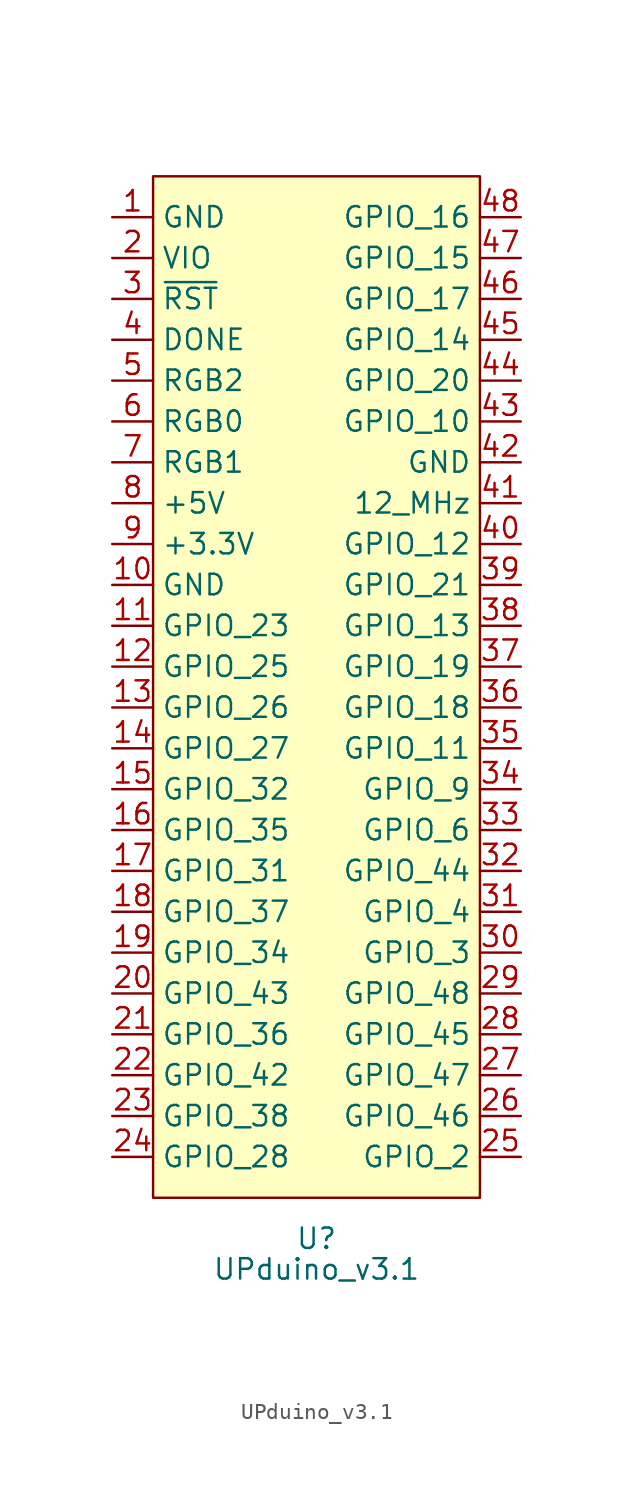
<source format=kicad_sym>
(kicad_symbol_lib
  (version 20211014)
  (generator kicad_symbol_editor)
  (symbol "UPduino_v3.1"
    (property "Reference" "U"
      (at 0 0 0)
      (effects (font (size 1.27 1.27))))
    (property "Value" "UPduino_v3.1"
      (at 0 -1.905 0)
      (effects (font (size 1.27 1.27))))
    (symbol "UPduino_v3.1_0_1"
      (rectangle (start -10.16 66.04) (end 10.16 2.54) (stroke (width 0.152) (type default) (color 0 0 0 0)) (fill (type background))))
    (symbol "UPduino_v3.1_1_1"
      (pin power_in line (at -12.7 63.5 0) (length 2.54) (name "GND" (effects (font (size 1.27 1.27)))) (number "1" (effects (font (size 1.27 1.27)))))
      (pin input line (at -12.7 40.64 0) (length 2.54) (name "GND" (effects (font (size 1.27 1.27)))) (number "10" (effects (font (size 1.27 1.27)))))
      (pin input line (at -12.7 38.1 0) (length 2.54) (name "GPIO_23" (effects (font (size 1.27 1.27)))) (number "11" (effects (font (size 1.27 1.27)))))
      (pin input line (at -12.7 35.56 0) (length 2.54) (name "GPIO_25" (effects (font (size 1.27 1.27)))) (number "12" (effects (font (size 1.27 1.27)))))
      (pin input line (at -12.7 33.02 0) (length 2.54) (name "GPIO_26" (effects (font (size 1.27 1.27)))) (number "13" (effects (font (size 1.27 1.27)))))
      (pin input line (at -12.7 30.48 0) (length 2.54) (name "GPIO_27" (effects (font (size 1.27 1.27)))) (number "14" (effects (font (size 1.27 1.27)))))
      (pin input line (at -12.7 27.94 0) (length 2.54) (name "GPIO_32" (effects (font (size 1.27 1.27)))) (number "15" (effects (font (size 1.27 1.27)))))
      (pin input line (at -12.7 25.4 0) (length 2.54) (name "GPIO_35" (effects (font (size 1.27 1.27)))) (number "16" (effects (font (size 1.27 1.27)))))
      (pin input line (at -12.7 22.86 0) (length 2.54) (name "GPIO_31" (effects (font (size 1.27 1.27)))) (number "17" (effects (font (size 1.27 1.27)))))
      (pin input line (at -12.7 20.32 0) (length 2.54) (name "GPIO_37" (effects (font (size 1.27 1.27)))) (number "18" (effects (font (size 1.27 1.27)))))
      (pin input line (at -12.7 17.78 0) (length 2.54) (name "GPIO_34" (effects (font (size 1.27 1.27)))) (number "19" (effects (font (size 1.27 1.27)))))
      (pin input line (at -12.7 60.96 0) (length 2.54) (name "VIO" (effects (font (size 1.27 1.27)))) (number "2" (effects (font (size 1.27 1.27)))))
      (pin input line (at -12.7 15.24 0) (length 2.54) (name "GPIO_43" (effects (font (size 1.27 1.27)))) (number "20" (effects (font (size 1.27 1.27)))))
      (pin input line (at -12.7 12.7 0) (length 2.54) (name "GPIO_36" (effects (font (size 1.27 1.27)))) (number "21" (effects (font (size 1.27 1.27)))))
      (pin input line (at -12.7 10.16 0) (length 2.54) (name "GPIO_42" (effects (font (size 1.27 1.27)))) (number "22" (effects (font (size 1.27 1.27)))))
      (pin input line (at -12.7 7.62 0) (length 2.54) (name "GPIO_38" (effects (font (size 1.27 1.27)))) (number "23" (effects (font (size 1.27 1.27)))))
      (pin input line (at -12.7 5.08 0) (length 2.54) (name "GPIO_28" (effects (font (size 1.27 1.27)))) (number "24" (effects (font (size 1.27 1.27)))))
      (pin input line (at 12.7 5.08 180) (length 2.54) (name "GPIO_2" (effects (font (size 1.27 1.27)))) (number "25" (effects (font (size 1.27 1.27)))))
      (pin input line (at 12.7 7.62 180) (length 2.54) (name "GPIO_46" (effects (font (size 1.27 1.27)))) (number "26" (effects (font (size 1.27 1.27)))))
      (pin input line (at 12.7 10.16 180) (length 2.54) (name "GPIO_47" (effects (font (size 1.27 1.27)))) (number "27" (effects (font (size 1.27 1.27)))))
      (pin input line (at 12.7 12.7 180) (length 2.54) (name "GPIO_45" (effects (font (size 1.27 1.27)))) (number "28" (effects (font (size 1.27 1.27)))))
      (pin input line (at 12.7 15.24 180) (length 2.54) (name "GPIO_48" (effects (font (size 1.27 1.27)))) (number "29" (effects (font (size 1.27 1.27)))))
      (pin input line (at -12.7 58.42 0) (length 2.54) (name "~{RST}" (effects (font (size 1.27 1.27)))) (number "3" (effects (font (size 1.27 1.27)))))
      (pin input line (at 12.7 17.78 180) (length 2.54) (name "GPIO_3" (effects (font (size 1.27 1.27)))) (number "30" (effects (font (size 1.27 1.27)))))
      (pin input line (at 12.7 20.32 180) (length 2.54) (name "GPIO_4" (effects (font (size 1.27 1.27)))) (number "31" (effects (font (size 1.27 1.27)))))
      (pin input line (at 12.7 22.86 180) (length 2.54) (name "GPIO_44" (effects (font (size 1.27 1.27)))) (number "32" (effects (font (size 1.27 1.27)))))
      (pin input line (at 12.7 25.4 180) (length 2.54) (name "GPIO_6" (effects (font (size 1.27 1.27)))) (number "33" (effects (font (size 1.27 1.27)))))
      (pin input line (at 12.7 27.94 180) (length 2.54) (name "GPIO_9" (effects (font (size 1.27 1.27)))) (number "34" (effects (font (size 1.27 1.27)))))
      (pin input line (at 12.7 30.48 180) (length 2.54) (name "GPIO_11" (effects (font (size 1.27 1.27)))) (number "35" (effects (font (size 1.27 1.27)))))
      (pin input line (at 12.7 33.02 180) (length 2.54) (name "GPIO_18" (effects (font (size 1.27 1.27)))) (number "36" (effects (font (size 1.27 1.27)))))
      (pin input line (at 12.7 35.56 180) (length 2.54) (name "GPIO_19" (effects (font (size 1.27 1.27)))) (number "37" (effects (font (size 1.27 1.27)))))
      (pin input line (at 12.7 38.1 180) (length 2.54) (name "GPIO_13" (effects (font (size 1.27 1.27)))) (number "38" (effects (font (size 1.27 1.27)))))
      (pin input line (at 12.7 40.64 180) (length 2.54) (name "GPIO_21" (effects (font (size 1.27 1.27)))) (number "39" (effects (font (size 1.27 1.27)))))
      (pin input line (at -12.7 55.88 0) (length 2.54) (name "DONE" (effects (font (size 1.27 1.27)))) (number "4" (effects (font (size 1.27 1.27)))))
      (pin input line (at 12.7 43.18 180) (length 2.54) (name "GPIO_12" (effects (font (size 1.27 1.27)))) (number "40" (effects (font (size 1.27 1.27)))))
      (pin input line (at 12.7 45.72 180) (length 2.54) (name "12_MHz" (effects (font (size 1.27 1.27)))) (number "41" (effects (font (size 1.27 1.27)))))
      (pin input line (at 12.7 48.26 180) (length 2.54) (name "GND" (effects (font (size 1.27 1.27)))) (number "42" (effects (font (size 1.27 1.27)))))
      (pin input line (at 12.7 50.8 180) (length 2.54) (name "GPIO_10" (effects (font (size 1.27 1.27)))) (number "43" (effects (font (size 1.27 1.27)))))
      (pin input line (at 12.7 53.34 180) (length 2.54) (name "GPIO_20" (effects (font (size 1.27 1.27)))) (number "44" (effects (font (size 1.27 1.27)))))
      (pin input line (at 12.7 55.88 180) (length 2.54) (name "GPIO_14" (effects (font (size 1.27 1.27)))) (number "45" (effects (font (size 1.27 1.27)))))
      (pin input line (at 12.7 58.42 180) (length 2.54) (name "GPIO_17" (effects (font (size 1.27 1.27)))) (number "46" (effects (font (size 1.27 1.27)))))
      (pin input line (at 12.7 60.96 180) (length 2.54) (name "GPIO_15" (effects (font (size 1.27 1.27)))) (number "47" (effects (font (size 1.27 1.27)))))
      (pin input line (at 12.7 63.5 180) (length 2.54) (name "GPIO_16" (effects (font (size 1.27 1.27)))) (number "48" (effects (font (size 1.27 1.27)))))
      (pin input line (at -12.7 53.34 0) (length 2.54) (name "RGB2" (effects (font (size 1.27 1.27)))) (number "5" (effects (font (size 1.27 1.27)))))
      (pin input line (at -12.7 50.8 0) (length 2.54) (name "RGB0" (effects (font (size 1.27 1.27)))) (number "6" (effects (font (size 1.27 1.27)))))
      (pin input line (at -12.7 48.26 0) (length 2.54) (name "RGB1" (effects (font (size 1.27 1.27)))) (number "7" (effects (font (size 1.27 1.27)))))
      (pin input line (at -12.7 45.72 0) (length 2.54) (name "+5V" (effects (font (size 1.27 1.27)))) (number "8" (effects (font (size 1.27 1.27)))))
      (pin input line (at -12.7 43.18 0) (length 2.54) (name "+3.3V" (effects (font (size 1.27 1.27)))) (number "9" (effects (font (size 1.27 1.27))))))))
</source>
